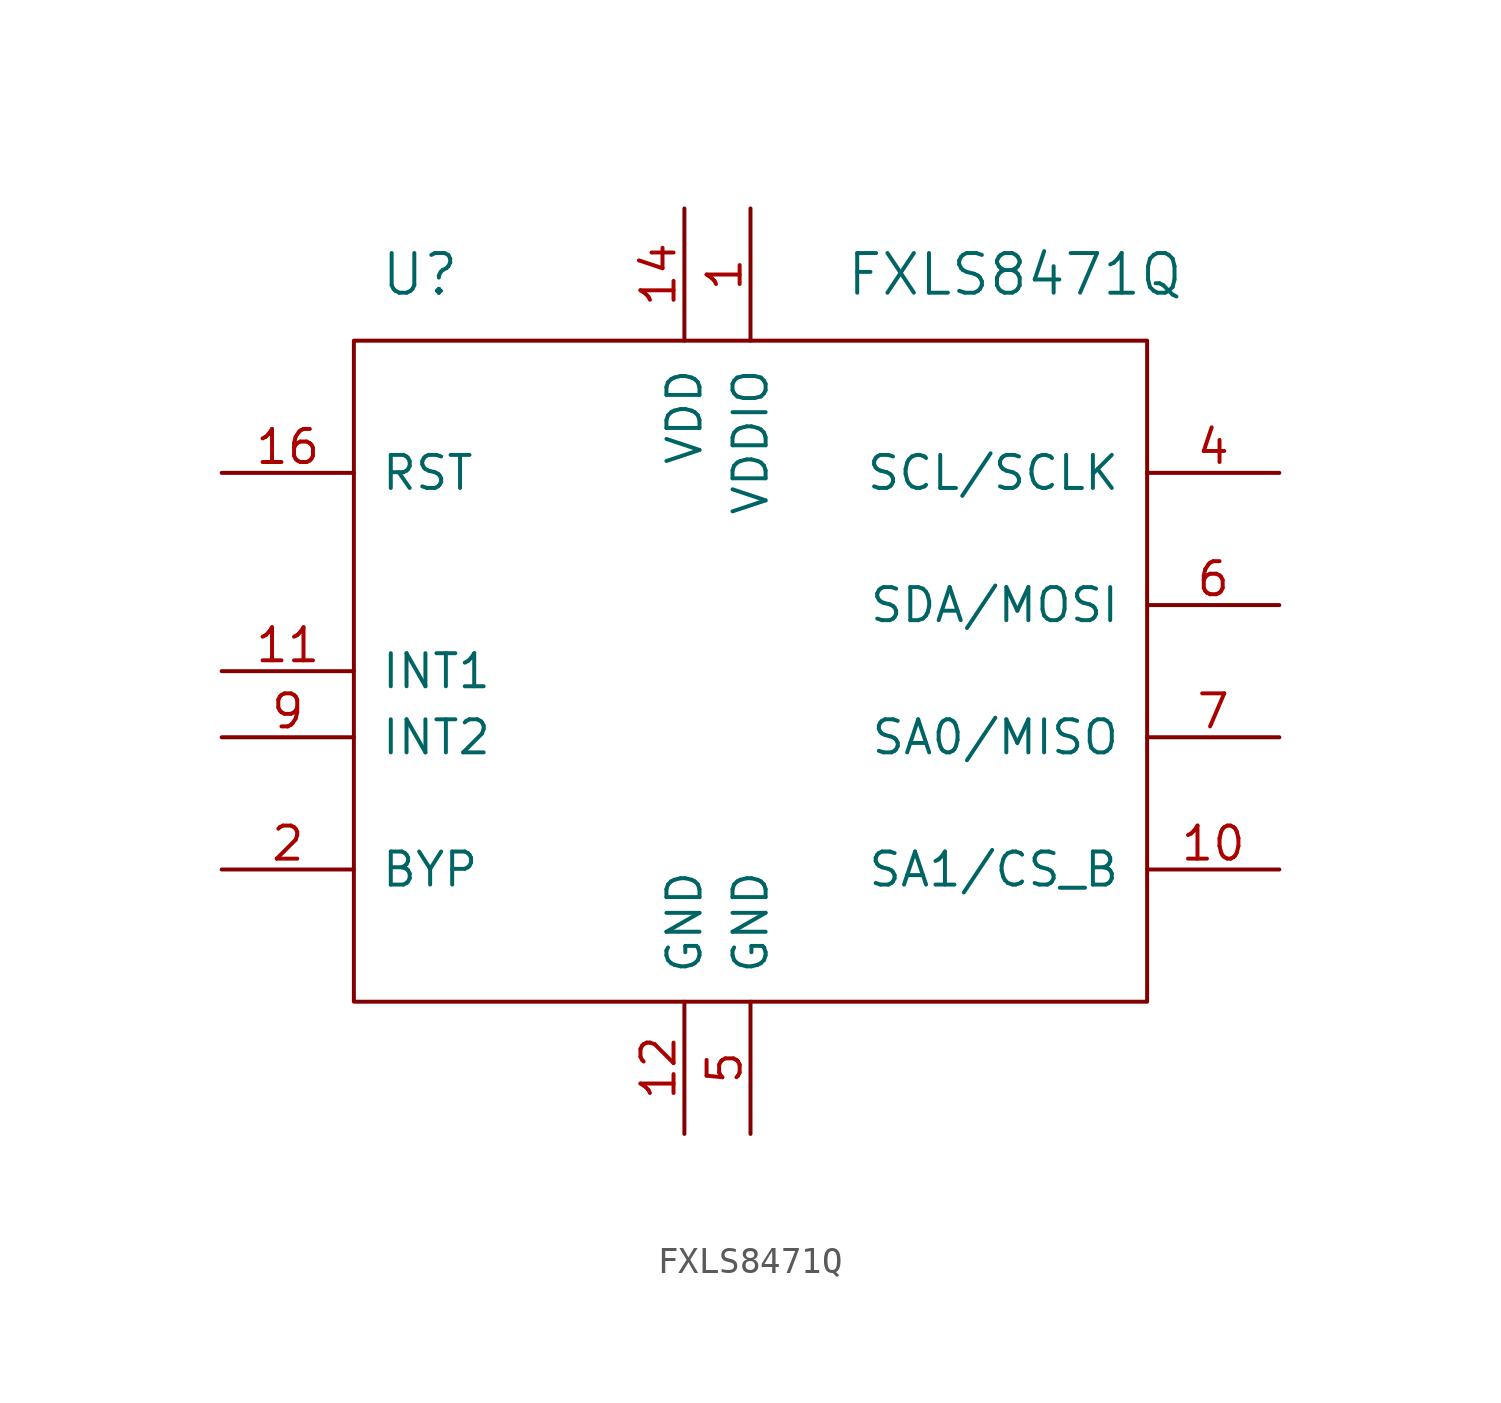
<source format=kicad_sym>
(kicad_symbol_lib
  (version 20211014)
  (generator kicad_symbol_editor)
  (symbol "FXLS8471Q"
    (pin_names
      (offset 1.016))
    (property "Reference" "U"
      (at -12.7 15.24 0)
      (effects (font (size 1.524 1.524))))
    (property "Value" "FXLS8471Q"
      (at 10.16 15.24 0)
      (effects (font (size 1.524 1.524))))
    (symbol "FXLS8471Q_0_1"
      (rectangle (start -15.24 12.7) (end 15.24 -12.7) (stroke (width 0) (type default) (color 0 0 0 0)) (fill (type none))))
    (symbol "FXLS8471Q_1_1"
      (pin power_in line (at 0 17.78 270) (length 5.08) (name "VDDIO" (effects (font (size 1.27 1.27)))) (number "1" (effects (font (size 1.27 1.27)))))
      (pin input line (at 20.32 -7.62 180) (length 5.08) (name "SA1/CS_B" (effects (font (size 1.27 1.27)))) (number "10" (effects (font (size 1.27 1.27)))))
      (pin open_collector line (at -20.32 0 0) (length 5.08) (name "INT1" (effects (font (size 1.27 1.27)))) (number "11" (effects (font (size 1.27 1.27)))))
      (pin input line (at -2.54 -17.78 90) (length 5.08) (name "GND" (effects (font (size 1.27 1.27)))) (number "12" (effects (font (size 1.27 1.27)))))
      (pin input line (at -2.54 -17.78 90) (length 5.08) hide (name "Reserved" (effects (font (size 1.27 1.27)))) (number "13" (effects (font (size 1.27 1.27)))))
      (pin power_in line (at -2.54 17.78 270) (length 5.08) (name "VDD" (effects (font (size 1.27 1.27)))) (number "14" (effects (font (size 1.27 1.27)))))
      (pin no_connect line (at -2.54 0 0) (length 5.08) hide (name "NC" (effects (font (size 1.27 1.27)))) (number "15" (effects (font (size 1.27 1.27)))))
      (pin input line (at -20.32 7.62 0) (length 5.08) (name "RST" (effects (font (size 1.27 1.27)))) (number "16" (effects (font (size 1.27 1.27)))))
      (pin input line (at -20.32 -7.62 0) (length 5.08) (name "BYP" (effects (font (size 1.27 1.27)))) (number "2" (effects (font (size 1.27 1.27)))))
      (pin input line (at 0 -17.78 90) (length 5.08) hide (name "Reserved" (effects (font (size 1.27 1.27)))) (number "3" (effects (font (size 1.27 1.27)))))
      (pin input line (at 20.32 7.62 180) (length 5.08) (name "SCL/SCLK" (effects (font (size 1.27 1.27)))) (number "4" (effects (font (size 1.27 1.27)))))
      (pin input line (at 0 -17.78 90) (length 5.08) (name "GND" (effects (font (size 1.27 1.27)))) (number "5" (effects (font (size 1.27 1.27)))))
      (pin input line (at 20.32 2.54 180) (length 5.08) (name "SDA/MOSI" (effects (font (size 1.27 1.27)))) (number "6" (effects (font (size 1.27 1.27)))))
      (pin input line (at 20.32 -2.54 180) (length 5.08) (name "SA0/MISO" (effects (font (size 1.27 1.27)))) (number "7" (effects (font (size 1.27 1.27)))))
      (pin no_connect line (at -2.54 2.54 0) (length 5.08) hide (name "NC" (effects (font (size 1.27 1.27)))) (number "8" (effects (font (size 1.27 1.27)))))
      (pin open_collector line (at -20.32 -2.54 0) (length 5.08) (name "INT2" (effects (font (size 1.27 1.27)))) (number "9" (effects (font (size 1.27 1.27))))))))
</source>
